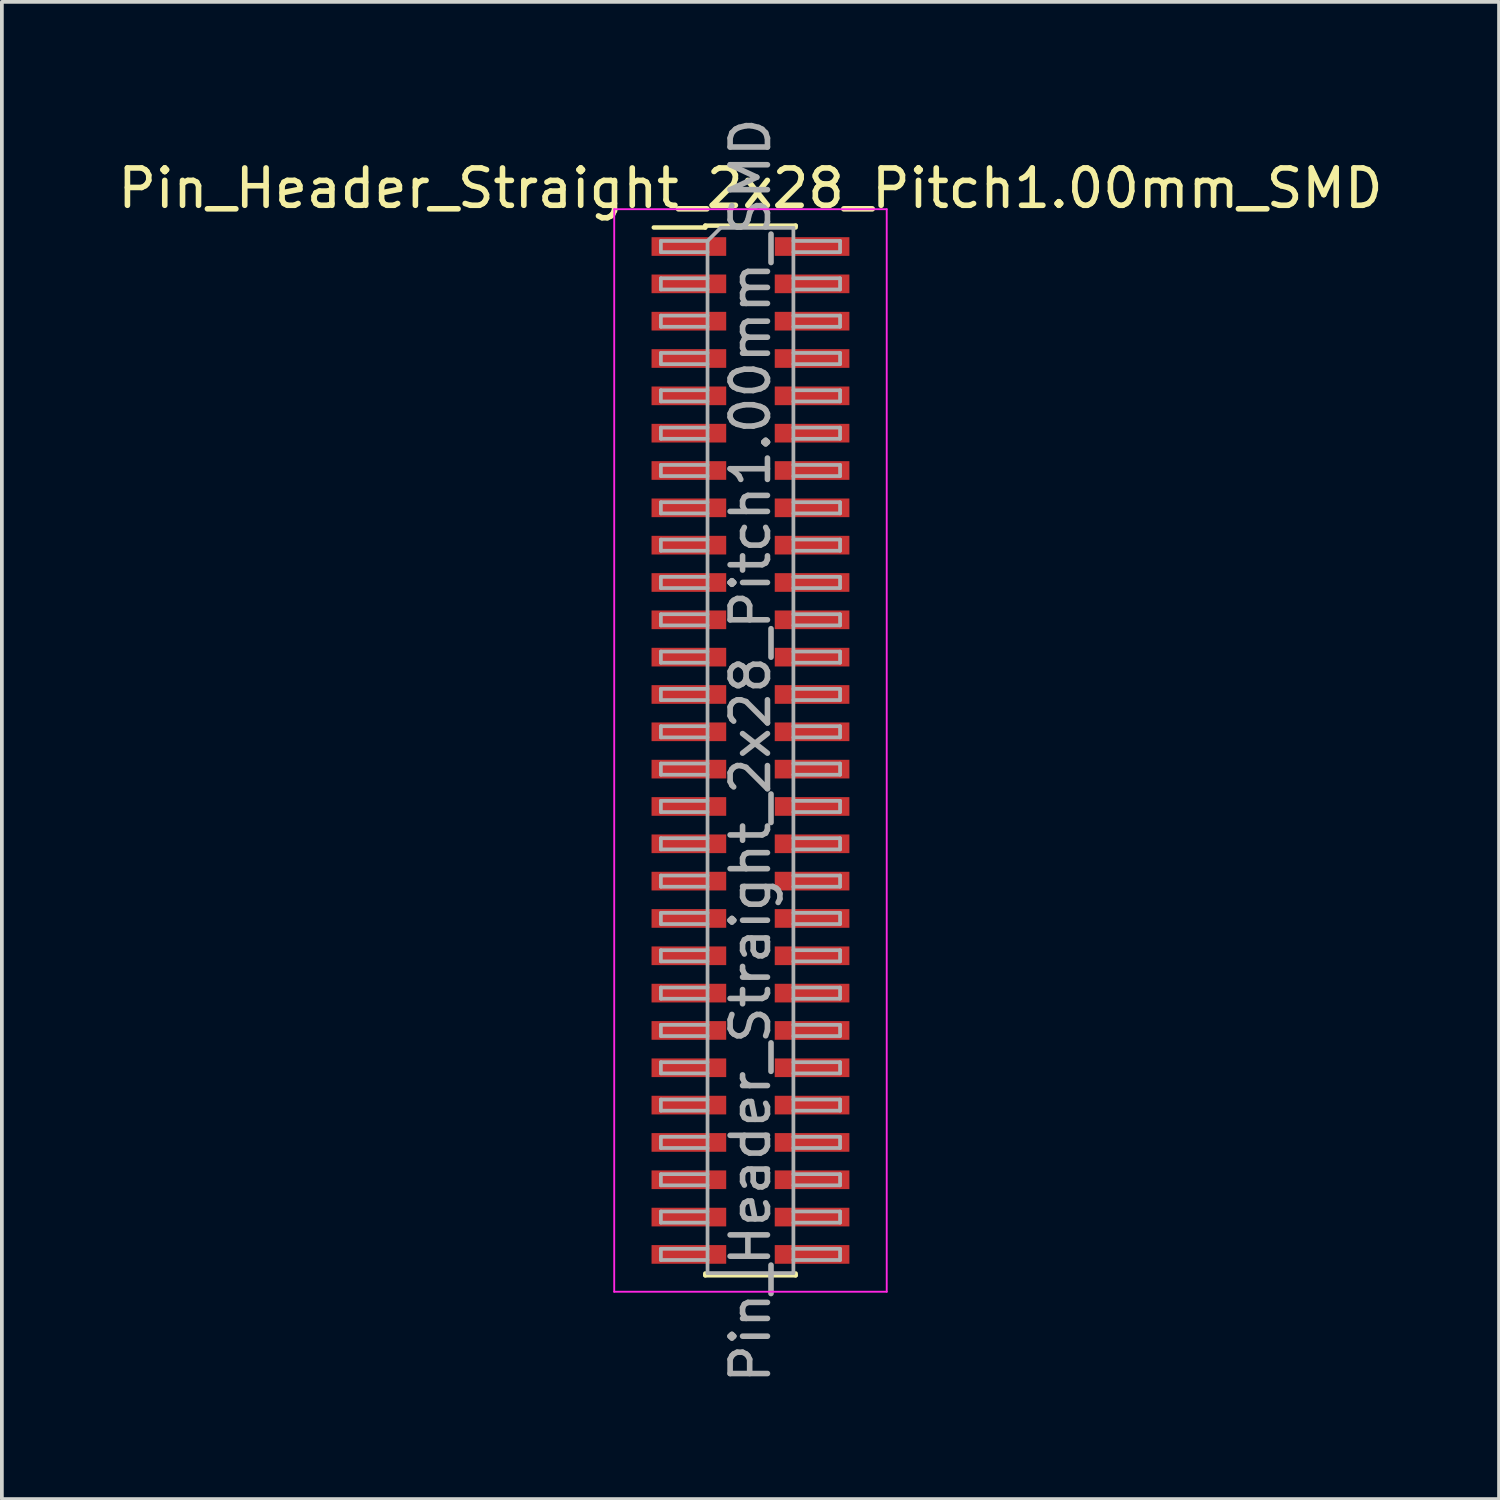
<source format=kicad_pcb>
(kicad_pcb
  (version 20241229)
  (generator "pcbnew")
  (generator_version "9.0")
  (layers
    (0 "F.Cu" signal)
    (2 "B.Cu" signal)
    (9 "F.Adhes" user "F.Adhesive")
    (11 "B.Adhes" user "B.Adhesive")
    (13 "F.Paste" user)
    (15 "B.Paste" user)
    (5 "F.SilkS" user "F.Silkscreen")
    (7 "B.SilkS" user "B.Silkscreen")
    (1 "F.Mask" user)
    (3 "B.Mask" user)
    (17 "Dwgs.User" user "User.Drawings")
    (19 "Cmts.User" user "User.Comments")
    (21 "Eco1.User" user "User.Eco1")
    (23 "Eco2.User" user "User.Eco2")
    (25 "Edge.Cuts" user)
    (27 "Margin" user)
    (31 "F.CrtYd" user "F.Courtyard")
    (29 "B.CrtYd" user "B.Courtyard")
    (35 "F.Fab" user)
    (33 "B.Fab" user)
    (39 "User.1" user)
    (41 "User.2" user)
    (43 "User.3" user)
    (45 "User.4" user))
  (footprint "Pin_Header_Straight_2x28_Pitch1.00mm_SMD"
    (layer "F.Cu")
    (at 17.054 17.054)
    (property "Reference" "Pin_Header_Straight_2x28_Pitch1.00mm_SMD" (at 0 -15.06 0) (layer "F.SilkS") (effects (font (size 1 1) (thickness 0.15))))
    (attr smd)
    (fp_line (start -2.59 -14.01) (end -1.21 -14.01) (stroke (width 0.12) (type solid)) (layer "F.SilkS"))
    (fp_line (start -1.21 -14.06) (end -1.21 -14.01) (stroke (width 0.12) (type solid)) (layer "F.SilkS"))
    (fp_line (start -1.21 -14.06) (end 1.21 -14.06) (stroke (width 0.12) (type solid)) (layer "F.SilkS"))
    (fp_line (start -1.21 14.01) (end -1.21 14.06) (stroke (width 0.12) (type solid)) (layer "F.SilkS"))
    (fp_line (start -1.21 14.06) (end 1.21 14.06) (stroke (width 0.12) (type solid)) (layer "F.SilkS"))
    (fp_line (start 1.21 -14.06) (end 1.21 -14.01) (stroke (width 0.12) (type solid)) (layer "F.SilkS"))
    (fp_line (start 1.21 14.01) (end 1.21 14.06) (stroke (width 0.12) (type solid)) (layer "F.SilkS"))
    (fp_line (start -3.65 -14.5) (end -3.65 14.5) (stroke (width 0.05) (type solid)) (layer "F.CrtYd"))
    (fp_line (start -3.65 14.5) (end 3.65 14.5) (stroke (width 0.05) (type solid)) (layer "F.CrtYd"))
    (fp_line (start 3.65 -14.5) (end -3.65 -14.5) (stroke (width 0.05) (type solid)) (layer "F.CrtYd"))
    (fp_line (start 3.65 14.5) (end 3.65 -14.5) (stroke (width 0.05) (type solid)) (layer "F.CrtYd"))
    (fp_line (start -2.4 -13.65) (end -2.4 -13.35) (stroke (width 0.1) (type solid)) (layer "F.Fab"))
    (fp_line (start -2.4 -13.35) (end -1.15 -13.35) (stroke (width 0.1) (type solid)) (layer "F.Fab"))
    (fp_line (start -2.4 -12.65) (end -2.4 -12.35) (stroke (width 0.1) (type solid)) (layer "F.Fab"))
    (fp_line (start -2.4 -12.35) (end -1.15 -12.35) (stroke (width 0.1) (type solid)) (layer "F.Fab"))
    (fp_line (start -2.4 -11.65) (end -2.4 -11.35) (stroke (width 0.1) (type solid)) (layer "F.Fab"))
    (fp_line (start -2.4 -11.35) (end -1.15 -11.35) (stroke (width 0.1) (type solid)) (layer "F.Fab"))
    (fp_line (start -2.4 -10.65) (end -2.4 -10.35) (stroke (width 0.1) (type solid)) (layer "F.Fab"))
    (fp_line (start -2.4 -10.35) (end -1.15 -10.35) (stroke (width 0.1) (type solid)) (layer "F.Fab"))
    (fp_line (start -2.4 -9.65) (end -2.4 -9.35) (stroke (width 0.1) (type solid)) (layer "F.Fab"))
    (fp_line (start -2.4 -9.35) (end -1.15 -9.35) (stroke (width 0.1) (type solid)) (layer "F.Fab"))
    (fp_line (start -2.4 -8.65) (end -2.4 -8.35) (stroke (width 0.1) (type solid)) (layer "F.Fab"))
    (fp_line (start -2.4 -8.35) (end -1.15 -8.35) (stroke (width 0.1) (type solid)) (layer "F.Fab"))
    (fp_line (start -2.4 -7.65) (end -2.4 -7.35) (stroke (width 0.1) (type solid)) (layer "F.Fab"))
    (fp_line (start -2.4 -7.35) (end -1.15 -7.35) (stroke (width 0.1) (type solid)) (layer "F.Fab"))
    (fp_line (start -2.4 -6.65) (end -2.4 -6.35) (stroke (width 0.1) (type solid)) (layer "F.Fab"))
    (fp_line (start -2.4 -6.35) (end -1.15 -6.35) (stroke (width 0.1) (type solid)) (layer "F.Fab"))
    (fp_line (start -2.4 -5.65) (end -2.4 -5.35) (stroke (width 0.1) (type solid)) (layer "F.Fab"))
    (fp_line (start -2.4 -5.35) (end -1.15 -5.35) (stroke (width 0.1) (type solid)) (layer "F.Fab"))
    (fp_line (start -2.4 -4.65) (end -2.4 -4.35) (stroke (width 0.1) (type solid)) (layer "F.Fab"))
    (fp_line (start -2.4 -4.35) (end -1.15 -4.35) (stroke (width 0.1) (type solid)) (layer "F.Fab"))
    (fp_line (start -2.4 -3.65) (end -2.4 -3.35) (stroke (width 0.1) (type solid)) (layer "F.Fab"))
    (fp_line (start -2.4 -3.35) (end -1.15 -3.35) (stroke (width 0.1) (type solid)) (layer "F.Fab"))
    (fp_line (start -2.4 -2.65) (end -2.4 -2.35) (stroke (width 0.1) (type solid)) (layer "F.Fab"))
    (fp_line (start -2.4 -2.35) (end -1.15 -2.35) (stroke (width 0.1) (type solid)) (layer "F.Fab"))
    (fp_line (start -2.4 -1.65) (end -2.4 -1.35) (stroke (width 0.1) (type solid)) (layer "F.Fab"))
    (fp_line (start -2.4 -1.35) (end -1.15 -1.35) (stroke (width 0.1) (type solid)) (layer "F.Fab"))
    (fp_line (start -2.4 -0.65) (end -2.4 -0.35) (stroke (width 0.1) (type solid)) (layer "F.Fab"))
    (fp_line (start -2.4 -0.35) (end -1.15 -0.35) (stroke (width 0.1) (type solid)) (layer "F.Fab"))
    (fp_line (start -2.4 0.35) (end -2.4 0.65) (stroke (width 0.1) (type solid)) (layer "F.Fab"))
    (fp_line (start -2.4 0.65) (end -1.15 0.65) (stroke (width 0.1) (type solid)) (layer "F.Fab"))
    (fp_line (start -2.4 1.35) (end -2.4 1.65) (stroke (width 0.1) (type solid)) (layer "F.Fab"))
    (fp_line (start -2.4 1.65) (end -1.15 1.65) (stroke (width 0.1) (type solid)) (layer "F.Fab"))
    (fp_line (start -2.4 2.35) (end -2.4 2.65) (stroke (width 0.1) (type solid)) (layer "F.Fab"))
    (fp_line (start -2.4 2.65) (end -1.15 2.65) (stroke (width 0.1) (type solid)) (layer "F.Fab"))
    (fp_line (start -2.4 3.35) (end -2.4 3.65) (stroke (width 0.1) (type solid)) (layer "F.Fab"))
    (fp_line (start -2.4 3.65) (end -1.15 3.65) (stroke (width 0.1) (type solid)) (layer "F.Fab"))
    (fp_line (start -2.4 4.35) (end -2.4 4.65) (stroke (width 0.1) (type solid)) (layer "F.Fab"))
    (fp_line (start -2.4 4.65) (end -1.15 4.65) (stroke (width 0.1) (type solid)) (layer "F.Fab"))
    (fp_line (start -2.4 5.35) (end -2.4 5.65) (stroke (width 0.1) (type solid)) (layer "F.Fab"))
    (fp_line (start -2.4 5.65) (end -1.15 5.65) (stroke (width 0.1) (type solid)) (layer "F.Fab"))
    (fp_line (start -2.4 6.35) (end -2.4 6.65) (stroke (width 0.1) (type solid)) (layer "F.Fab"))
    (fp_line (start -2.4 6.65) (end -1.15 6.65) (stroke (width 0.1) (type solid)) (layer "F.Fab"))
    (fp_line (start -2.4 7.35) (end -2.4 7.65) (stroke (width 0.1) (type solid)) (layer "F.Fab"))
    (fp_line (start -2.4 7.65) (end -1.15 7.65) (stroke (width 0.1) (type solid)) (layer "F.Fab"))
    (fp_line (start -2.4 8.35) (end -2.4 8.65) (stroke (width 0.1) (type solid)) (layer "F.Fab"))
    (fp_line (start -2.4 8.65) (end -1.15 8.65) (stroke (width 0.1) (type solid)) (layer "F.Fab"))
    (fp_line (start -2.4 9.35) (end -2.4 9.65) (stroke (width 0.1) (type solid)) (layer "F.Fab"))
    (fp_line (start -2.4 9.65) (end -1.15 9.65) (stroke (width 0.1) (type solid)) (layer "F.Fab"))
    (fp_line (start -2.4 10.35) (end -2.4 10.65) (stroke (width 0.1) (type solid)) (layer "F.Fab"))
    (fp_line (start -2.4 10.65) (end -1.15 10.65) (stroke (width 0.1) (type solid)) (layer "F.Fab"))
    (fp_line (start -2.4 11.35) (end -2.4 11.65) (stroke (width 0.1) (type solid)) (layer "F.Fab"))
    (fp_line (start -2.4 11.65) (end -1.15 11.65) (stroke (width 0.1) (type solid)) (layer "F.Fab"))
    (fp_line (start -2.4 12.35) (end -2.4 12.65) (stroke (width 0.1) (type solid)) (layer "F.Fab"))
    (fp_line (start -2.4 12.65) (end -1.15 12.65) (stroke (width 0.1) (type solid)) (layer "F.Fab"))
    (fp_line (start -2.4 13.35) (end -2.4 13.65) (stroke (width 0.1) (type solid)) (layer "F.Fab"))
    (fp_line (start -2.4 13.65) (end -1.15 13.65) (stroke (width 0.1) (type solid)) (layer "F.Fab"))
    (fp_line (start -1.15 -13.65) (end -2.4 -13.65) (stroke (width 0.1) (type solid)) (layer "F.Fab"))
    (fp_line (start -1.15 -13.65) (end -0.8 -14) (stroke (width 0.1) (type solid)) (layer "F.Fab"))
    (fp_line (start -1.15 -12.65) (end -2.4 -12.65) (stroke (width 0.1) (type solid)) (layer "F.Fab"))
    (fp_line (start -1.15 -11.65) (end -2.4 -11.65) (stroke (width 0.1) (type solid)) (layer "F.Fab"))
    (fp_line (start -1.15 -10.65) (end -2.4 -10.65) (stroke (width 0.1) (type solid)) (layer "F.Fab"))
    (fp_line (start -1.15 -9.65) (end -2.4 -9.65) (stroke (width 0.1) (type solid)) (layer "F.Fab"))
    (fp_line (start -1.15 -8.65) (end -2.4 -8.65) (stroke (width 0.1) (type solid)) (layer "F.Fab"))
    (fp_line (start -1.15 -7.65) (end -2.4 -7.65) (stroke (width 0.1) (type solid)) (layer "F.Fab"))
    (fp_line (start -1.15 -6.65) (end -2.4 -6.65) (stroke (width 0.1) (type solid)) (layer "F.Fab"))
    (fp_line (start -1.15 -5.65) (end -2.4 -5.65) (stroke (width 0.1) (type solid)) (layer "F.Fab"))
    (fp_line (start -1.15 -4.65) (end -2.4 -4.65) (stroke (width 0.1) (type solid)) (layer "F.Fab"))
    (fp_line (start -1.15 -3.65) (end -2.4 -3.65) (stroke (width 0.1) (type solid)) (layer "F.Fab"))
    (fp_line (start -1.15 -2.65) (end -2.4 -2.65) (stroke (width 0.1) (type solid)) (layer "F.Fab"))
    (fp_line (start -1.15 -1.65) (end -2.4 -1.65) (stroke (width 0.1) (type solid)) (layer "F.Fab"))
    (fp_line (start -1.15 -0.65) (end -2.4 -0.65) (stroke (width 0.1) (type solid)) (layer "F.Fab"))
    (fp_line (start -1.15 0.35) (end -2.4 0.35) (stroke (width 0.1) (type solid)) (layer "F.Fab"))
    (fp_line (start -1.15 1.35) (end -2.4 1.35) (stroke (width 0.1) (type solid)) (layer "F.Fab"))
    (fp_line (start -1.15 2.35) (end -2.4 2.35) (stroke (width 0.1) (type solid)) (layer "F.Fab"))
    (fp_line (start -1.15 3.35) (end -2.4 3.35) (stroke (width 0.1) (type solid)) (layer "F.Fab"))
    (fp_line (start -1.15 4.35) (end -2.4 4.35) (stroke (width 0.1) (type solid)) (layer "F.Fab"))
    (fp_line (start -1.15 5.35) (end -2.4 5.35) (stroke (width 0.1) (type solid)) (layer "F.Fab"))
    (fp_line (start -1.15 6.35) (end -2.4 6.35) (stroke (width 0.1) (type solid)) (layer "F.Fab"))
    (fp_line (start -1.15 7.35) (end -2.4 7.35) (stroke (width 0.1) (type solid)) (layer "F.Fab"))
    (fp_line (start -1.15 8.35) (end -2.4 8.35) (stroke (width 0.1) (type solid)) (layer "F.Fab"))
    (fp_line (start -1.15 9.35) (end -2.4 9.35) (stroke (width 0.1) (type solid)) (layer "F.Fab"))
    (fp_line (start -1.15 10.35) (end -2.4 10.35) (stroke (width 0.1) (type solid)) (layer "F.Fab"))
    (fp_line (start -1.15 11.35) (end -2.4 11.35) (stroke (width 0.1) (type solid)) (layer "F.Fab"))
    (fp_line (start -1.15 12.35) (end -2.4 12.35) (stroke (width 0.1) (type solid)) (layer "F.Fab"))
    (fp_line (start -1.15 13.35) (end -2.4 13.35) (stroke (width 0.1) (type solid)) (layer "F.Fab"))
    (fp_line (start -1.15 14) (end -1.15 -13.65) (stroke (width 0.1) (type solid)) (layer "F.Fab"))
    (fp_line (start -0.8 -14) (end 1.15 -14) (stroke (width 0.1) (type solid)) (layer "F.Fab"))
    (fp_line (start 1.15 -14) (end 1.15 14) (stroke (width 0.1) (type solid)) (layer "F.Fab"))
    (fp_line (start 1.15 -13.65) (end 2.4 -13.65) (stroke (width 0.1) (type solid)) (layer "F.Fab"))
    (fp_line (start 1.15 -12.65) (end 2.4 -12.65) (stroke (width 0.1) (type solid)) (layer "F.Fab"))
    (fp_line (start 1.15 -11.65) (end 2.4 -11.65) (stroke (width 0.1) (type solid)) (layer "F.Fab"))
    (fp_line (start 1.15 -10.65) (end 2.4 -10.65) (stroke (width 0.1) (type solid)) (layer "F.Fab"))
    (fp_line (start 1.15 -9.65) (end 2.4 -9.65) (stroke (width 0.1) (type solid)) (layer "F.Fab"))
    (fp_line (start 1.15 -8.65) (end 2.4 -8.65) (stroke (width 0.1) (type solid)) (layer "F.Fab"))
    (fp_line (start 1.15 -7.65) (end 2.4 -7.65) (stroke (width 0.1) (type solid)) (layer "F.Fab"))
    (fp_line (start 1.15 -6.65) (end 2.4 -6.65) (stroke (width 0.1) (type solid)) (layer "F.Fab"))
    (fp_line (start 1.15 -5.65) (end 2.4 -5.65) (stroke (width 0.1) (type solid)) (layer "F.Fab"))
    (fp_line (start 1.15 -4.65) (end 2.4 -4.65) (stroke (width 0.1) (type solid)) (layer "F.Fab"))
    (fp_line (start 1.15 -3.65) (end 2.4 -3.65) (stroke (width 0.1) (type solid)) (layer "F.Fab"))
    (fp_line (start 1.15 -2.65) (end 2.4 -2.65) (stroke (width 0.1) (type solid)) (layer "F.Fab"))
    (fp_line (start 1.15 -1.65) (end 2.4 -1.65) (stroke (width 0.1) (type solid)) (layer "F.Fab"))
    (fp_line (start 1.15 -0.65) (end 2.4 -0.65) (stroke (width 0.1) (type solid)) (layer "F.Fab"))
    (fp_line (start 1.15 0.35) (end 2.4 0.35) (stroke (width 0.1) (type solid)) (layer "F.Fab"))
    (fp_line (start 1.15 1.35) (end 2.4 1.35) (stroke (width 0.1) (type solid)) (layer "F.Fab"))
    (fp_line (start 1.15 2.35) (end 2.4 2.35) (stroke (width 0.1) (type solid)) (layer "F.Fab"))
    (fp_line (start 1.15 3.35) (end 2.4 3.35) (stroke (width 0.1) (type solid)) (layer "F.Fab"))
    (fp_line (start 1.15 4.35) (end 2.4 4.35) (stroke (width 0.1) (type solid)) (layer "F.Fab"))
    (fp_line (start 1.15 5.35) (end 2.4 5.35) (stroke (width 0.1) (type solid)) (layer "F.Fab"))
    (fp_line (start 1.15 6.35) (end 2.4 6.35) (stroke (width 0.1) (type solid)) (layer "F.Fab"))
    (fp_line (start 1.15 7.35) (end 2.4 7.35) (stroke (width 0.1) (type solid)) (layer "F.Fab"))
    (fp_line (start 1.15 8.35) (end 2.4 8.35) (stroke (width 0.1) (type solid)) (layer "F.Fab"))
    (fp_line (start 1.15 9.35) (end 2.4 9.35) (stroke (width 0.1) (type solid)) (layer "F.Fab"))
    (fp_line (start 1.15 10.35) (end 2.4 10.35) (stroke (width 0.1) (type solid)) (layer "F.Fab"))
    (fp_line (start 1.15 11.35) (end 2.4 11.35) (stroke (width 0.1) (type solid)) (layer "F.Fab"))
    (fp_line (start 1.15 12.35) (end 2.4 12.35) (stroke (width 0.1) (type solid)) (layer "F.Fab"))
    (fp_line (start 1.15 13.35) (end 2.4 13.35) (stroke (width 0.1) (type solid)) (layer "F.Fab"))
    (fp_line (start 1.15 14) (end -1.15 14) (stroke (width 0.1) (type solid)) (layer "F.Fab"))
    (fp_line (start 2.4 -13.65) (end 2.4 -13.35) (stroke (width 0.1) (type solid)) (layer "F.Fab"))
    (fp_line (start 2.4 -13.35) (end 1.15 -13.35) (stroke (width 0.1) (type solid)) (layer "F.Fab"))
    (fp_line (start 2.4 -12.65) (end 2.4 -12.35) (stroke (width 0.1) (type solid)) (layer "F.Fab"))
    (fp_line (start 2.4 -12.35) (end 1.15 -12.35) (stroke (width 0.1) (type solid)) (layer "F.Fab"))
    (fp_line (start 2.4 -11.65) (end 2.4 -11.35) (stroke (width 0.1) (type solid)) (layer "F.Fab"))
    (fp_line (start 2.4 -11.35) (end 1.15 -11.35) (stroke (width 0.1) (type solid)) (layer "F.Fab"))
    (fp_line (start 2.4 -10.65) (end 2.4 -10.35) (stroke (width 0.1) (type solid)) (layer "F.Fab"))
    (fp_line (start 2.4 -10.35) (end 1.15 -10.35) (stroke (width 0.1) (type solid)) (layer "F.Fab"))
    (fp_line (start 2.4 -9.65) (end 2.4 -9.35) (stroke (width 0.1) (type solid)) (layer "F.Fab"))
    (fp_line (start 2.4 -9.35) (end 1.15 -9.35) (stroke (width 0.1) (type solid)) (layer "F.Fab"))
    (fp_line (start 2.4 -8.65) (end 2.4 -8.35) (stroke (width 0.1) (type solid)) (layer "F.Fab"))
    (fp_line (start 2.4 -8.35) (end 1.15 -8.35) (stroke (width 0.1) (type solid)) (layer "F.Fab"))
    (fp_line (start 2.4 -7.65) (end 2.4 -7.35) (stroke (width 0.1) (type solid)) (layer "F.Fab"))
    (fp_line (start 2.4 -7.35) (end 1.15 -7.35) (stroke (width 0.1) (type solid)) (layer "F.Fab"))
    (fp_line (start 2.4 -6.65) (end 2.4 -6.35) (stroke (width 0.1) (type solid)) (layer "F.Fab"))
    (fp_line (start 2.4 -6.35) (end 1.15 -6.35) (stroke (width 0.1) (type solid)) (layer "F.Fab"))
    (fp_line (start 2.4 -5.65) (end 2.4 -5.35) (stroke (width 0.1) (type solid)) (layer "F.Fab"))
    (fp_line (start 2.4 -5.35) (end 1.15 -5.35) (stroke (width 0.1) (type solid)) (layer "F.Fab"))
    (fp_line (start 2.4 -4.65) (end 2.4 -4.35) (stroke (width 0.1) (type solid)) (layer "F.Fab"))
    (fp_line (start 2.4 -4.35) (end 1.15 -4.35) (stroke (width 0.1) (type solid)) (layer "F.Fab"))
    (fp_line (start 2.4 -3.65) (end 2.4 -3.35) (stroke (width 0.1) (type solid)) (layer "F.Fab"))
    (fp_line (start 2.4 -3.35) (end 1.15 -3.35) (stroke (width 0.1) (type solid)) (layer "F.Fab"))
    (fp_line (start 2.4 -2.65) (end 2.4 -2.35) (stroke (width 0.1) (type solid)) (layer "F.Fab"))
    (fp_line (start 2.4 -2.35) (end 1.15 -2.35) (stroke (width 0.1) (type solid)) (layer "F.Fab"))
    (fp_line (start 2.4 -1.65) (end 2.4 -1.35) (stroke (width 0.1) (type solid)) (layer "F.Fab"))
    (fp_line (start 2.4 -1.35) (end 1.15 -1.35) (stroke (width 0.1) (type solid)) (layer "F.Fab"))
    (fp_line (start 2.4 -0.65) (end 2.4 -0.35) (stroke (width 0.1) (type solid)) (layer "F.Fab"))
    (fp_line (start 2.4 -0.35) (end 1.15 -0.35) (stroke (width 0.1) (type solid)) (layer "F.Fab"))
    (fp_line (start 2.4 0.35) (end 2.4 0.65) (stroke (width 0.1) (type solid)) (layer "F.Fab"))
    (fp_line (start 2.4 0.65) (end 1.15 0.65) (stroke (width 0.1) (type solid)) (layer "F.Fab"))
    (fp_line (start 2.4 1.35) (end 2.4 1.65) (stroke (width 0.1) (type solid)) (layer "F.Fab"))
    (fp_line (start 2.4 1.65) (end 1.15 1.65) (stroke (width 0.1) (type solid)) (layer "F.Fab"))
    (fp_line (start 2.4 2.35) (end 2.4 2.65) (stroke (width 0.1) (type solid)) (layer "F.Fab"))
    (fp_line (start 2.4 2.65) (end 1.15 2.65) (stroke (width 0.1) (type solid)) (layer "F.Fab"))
    (fp_line (start 2.4 3.35) (end 2.4 3.65) (stroke (width 0.1) (type solid)) (layer "F.Fab"))
    (fp_line (start 2.4 3.65) (end 1.15 3.65) (stroke (width 0.1) (type solid)) (layer "F.Fab"))
    (fp_line (start 2.4 4.35) (end 2.4 4.65) (stroke (width 0.1) (type solid)) (layer "F.Fab"))
    (fp_line (start 2.4 4.65) (end 1.15 4.65) (stroke (width 0.1) (type solid)) (layer "F.Fab"))
    (fp_line (start 2.4 5.35) (end 2.4 5.65) (stroke (width 0.1) (type solid)) (layer "F.Fab"))
    (fp_line (start 2.4 5.65) (end 1.15 5.65) (stroke (width 0.1) (type solid)) (layer "F.Fab"))
    (fp_line (start 2.4 6.35) (end 2.4 6.65) (stroke (width 0.1) (type solid)) (layer "F.Fab"))
    (fp_line (start 2.4 6.65) (end 1.15 6.65) (stroke (width 0.1) (type solid)) (layer "F.Fab"))
    (fp_line (start 2.4 7.35) (end 2.4 7.65) (stroke (width 0.1) (type solid)) (layer "F.Fab"))
    (fp_line (start 2.4 7.65) (end 1.15 7.65) (stroke (width 0.1) (type solid)) (layer "F.Fab"))
    (fp_line (start 2.4 8.35) (end 2.4 8.65) (stroke (width 0.1) (type solid)) (layer "F.Fab"))
    (fp_line (start 2.4 8.65) (end 1.15 8.65) (stroke (width 0.1) (type solid)) (layer "F.Fab"))
    (fp_line (start 2.4 9.35) (end 2.4 9.65) (stroke (width 0.1) (type solid)) (layer "F.Fab"))
    (fp_line (start 2.4 9.65) (end 1.15 9.65) (stroke (width 0.1) (type solid)) (layer "F.Fab"))
    (fp_line (start 2.4 10.35) (end 2.4 10.65) (stroke (width 0.1) (type solid)) (layer "F.Fab"))
    (fp_line (start 2.4 10.65) (end 1.15 10.65) (stroke (width 0.1) (type solid)) (layer "F.Fab"))
    (fp_line (start 2.4 11.35) (end 2.4 11.65) (stroke (width 0.1) (type solid)) (layer "F.Fab"))
    (fp_line (start 2.4 11.65) (end 1.15 11.65) (stroke (width 0.1) (type solid)) (layer "F.Fab"))
    (fp_line (start 2.4 12.35) (end 2.4 12.65) (stroke (width 0.1) (type solid)) (layer "F.Fab"))
    (fp_line (start 2.4 12.65) (end 1.15 12.65) (stroke (width 0.1) (type solid)) (layer "F.Fab"))
    (fp_line (start 2.4 13.35) (end 2.4 13.65) (stroke (width 0.1) (type solid)) (layer "F.Fab"))
    (fp_line (start 2.4 13.65) (end 1.15 13.65) (stroke (width 0.1) (type solid)) (layer "F.Fab"))
    (fp_text user "${REFERENCE}" (at 0 0 90) (layer "F.Fab") (effects (font (size 1 1) (thickness 0.15))))
    (pad "1" smd rect (at -1.65 -13.5) (size 2 0.5) (layers "F.Cu" "F.Mask" "F.Paste"))
    (pad "2" smd rect (at 1.65 -13.5) (size 2 0.5) (layers "F.Cu" "F.Mask" "F.Paste"))
    (pad "3" smd rect (at -1.65 -12.5) (size 2 0.5) (layers "F.Cu" "F.Mask" "F.Paste"))
    (pad "4" smd rect (at 1.65 -12.5) (size 2 0.5) (layers "F.Cu" "F.Mask" "F.Paste"))
    (pad "5" smd rect (at -1.65 -11.5) (size 2 0.5) (layers "F.Cu" "F.Mask" "F.Paste"))
    (pad "6" smd rect (at 1.65 -11.5) (size 2 0.5) (layers "F.Cu" "F.Mask" "F.Paste"))
    (pad "7" smd rect (at -1.65 -10.5) (size 2 0.5) (layers "F.Cu" "F.Mask" "F.Paste"))
    (pad "8" smd rect (at 1.65 -10.5) (size 2 0.5) (layers "F.Cu" "F.Mask" "F.Paste"))
    (pad "9" smd rect (at -1.65 -9.5) (size 2 0.5) (layers "F.Cu" "F.Mask" "F.Paste"))
    (pad "10" smd rect (at 1.65 -9.5) (size 2 0.5) (layers "F.Cu" "F.Mask" "F.Paste"))
    (pad "11" smd rect (at -1.65 -8.5) (size 2 0.5) (layers "F.Cu" "F.Mask" "F.Paste"))
    (pad "12" smd rect (at 1.65 -8.5) (size 2 0.5) (layers "F.Cu" "F.Mask" "F.Paste"))
    (pad "13" smd rect (at -1.65 -7.5) (size 2 0.5) (layers "F.Cu" "F.Mask" "F.Paste"))
    (pad "14" smd rect (at 1.65 -7.5) (size 2 0.5) (layers "F.Cu" "F.Mask" "F.Paste"))
    (pad "15" smd rect (at -1.65 -6.5) (size 2 0.5) (layers "F.Cu" "F.Mask" "F.Paste"))
    (pad "16" smd rect (at 1.65 -6.5) (size 2 0.5) (layers "F.Cu" "F.Mask" "F.Paste"))
    (pad "17" smd rect (at -1.65 -5.5) (size 2 0.5) (layers "F.Cu" "F.Mask" "F.Paste"))
    (pad "18" smd rect (at 1.65 -5.5) (size 2 0.5) (layers "F.Cu" "F.Mask" "F.Paste"))
    (pad "19" smd rect (at -1.65 -4.5) (size 2 0.5) (layers "F.Cu" "F.Mask" "F.Paste"))
    (pad "20" smd rect (at 1.65 -4.5) (size 2 0.5) (layers "F.Cu" "F.Mask" "F.Paste"))
    (pad "21" smd rect (at -1.65 -3.5) (size 2 0.5) (layers "F.Cu" "F.Mask" "F.Paste"))
    (pad "22" smd rect (at 1.65 -3.5) (size 2 0.5) (layers "F.Cu" "F.Mask" "F.Paste"))
    (pad "23" smd rect (at -1.65 -2.5) (size 2 0.5) (layers "F.Cu" "F.Mask" "F.Paste"))
    (pad "24" smd rect (at 1.65 -2.5) (size 2 0.5) (layers "F.Cu" "F.Mask" "F.Paste"))
    (pad "25" smd rect (at -1.65 -1.5) (size 2 0.5) (layers "F.Cu" "F.Mask" "F.Paste"))
    (pad "26" smd rect (at 1.65 -1.5) (size 2 0.5) (layers "F.Cu" "F.Mask" "F.Paste"))
    (pad "27" smd rect (at -1.65 -0.5) (size 2 0.5) (layers "F.Cu" "F.Mask" "F.Paste"))
    (pad "28" smd rect (at 1.65 -0.5) (size 2 0.5) (layers "F.Cu" "F.Mask" "F.Paste"))
    (pad "29" smd rect (at -1.65 0.5) (size 2 0.5) (layers "F.Cu" "F.Mask" "F.Paste"))
    (pad "30" smd rect (at 1.65 0.5) (size 2 0.5) (layers "F.Cu" "F.Mask" "F.Paste"))
    (pad "31" smd rect (at -1.65 1.5) (size 2 0.5) (layers "F.Cu" "F.Mask" "F.Paste"))
    (pad "32" smd rect (at 1.65 1.5) (size 2 0.5) (layers "F.Cu" "F.Mask" "F.Paste"))
    (pad "33" smd rect (at -1.65 2.5) (size 2 0.5) (layers "F.Cu" "F.Mask" "F.Paste"))
    (pad "34" smd rect (at 1.65 2.5) (size 2 0.5) (layers "F.Cu" "F.Mask" "F.Paste"))
    (pad "35" smd rect (at -1.65 3.5) (size 2 0.5) (layers "F.Cu" "F.Mask" "F.Paste"))
    (pad "36" smd rect (at 1.65 3.5) (size 2 0.5) (layers "F.Cu" "F.Mask" "F.Paste"))
    (pad "37" smd rect (at -1.65 4.5) (size 2 0.5) (layers "F.Cu" "F.Mask" "F.Paste"))
    (pad "38" smd rect (at 1.65 4.5) (size 2 0.5) (layers "F.Cu" "F.Mask" "F.Paste"))
    (pad "39" smd rect (at -1.65 5.5) (size 2 0.5) (layers "F.Cu" "F.Mask" "F.Paste"))
    (pad "40" smd rect (at 1.65 5.5) (size 2 0.5) (layers "F.Cu" "F.Mask" "F.Paste"))
    (pad "41" smd rect (at -1.65 6.5) (size 2 0.5) (layers "F.Cu" "F.Mask" "F.Paste"))
    (pad "42" smd rect (at 1.65 6.5) (size 2 0.5) (layers "F.Cu" "F.Mask" "F.Paste"))
    (pad "43" smd rect (at -1.65 7.5) (size 2 0.5) (layers "F.Cu" "F.Mask" "F.Paste"))
    (pad "44" smd rect (at 1.65 7.5) (size 2 0.5) (layers "F.Cu" "F.Mask" "F.Paste"))
    (pad "45" smd rect (at -1.65 8.5) (size 2 0.5) (layers "F.Cu" "F.Mask" "F.Paste"))
    (pad "46" smd rect (at 1.65 8.5) (size 2 0.5) (layers "F.Cu" "F.Mask" "F.Paste"))
    (pad "47" smd rect (at -1.65 9.5) (size 2 0.5) (layers "F.Cu" "F.Mask" "F.Paste"))
    (pad "48" smd rect (at 1.65 9.5) (size 2 0.5) (layers "F.Cu" "F.Mask" "F.Paste"))
    (pad "49" smd rect (at -1.65 10.5) (size 2 0.5) (layers "F.Cu" "F.Mask" "F.Paste"))
    (pad "50" smd rect (at 1.65 10.5) (size 2 0.5) (layers "F.Cu" "F.Mask" "F.Paste"))
    (pad "51" smd rect (at -1.65 11.5) (size 2 0.5) (layers "F.Cu" "F.Mask" "F.Paste"))
    (pad "52" smd rect (at 1.65 11.5) (size 2 0.5) (layers "F.Cu" "F.Mask" "F.Paste"))
    (pad "53" smd rect (at -1.65 12.5) (size 2 0.5) (layers "F.Cu" "F.Mask" "F.Paste"))
    (pad "54" smd rect (at 1.65 12.5) (size 2 0.5) (layers "F.Cu" "F.Mask" "F.Paste"))
    (pad "55" smd rect (at -1.65 13.5) (size 2 0.5) (layers "F.Cu" "F.Mask" "F.Paste"))
    (pad "56" smd rect (at 1.65 13.5) (size 2 0.5) (layers "F.Cu" "F.Mask" "F.Paste")))
  (gr_rect
    (start -3 -3)
    (end 37.107 37.107)
    (stroke (width 0.1) (type default))
    (fill no)
    (layer "Edge.Cuts")))
</source>
